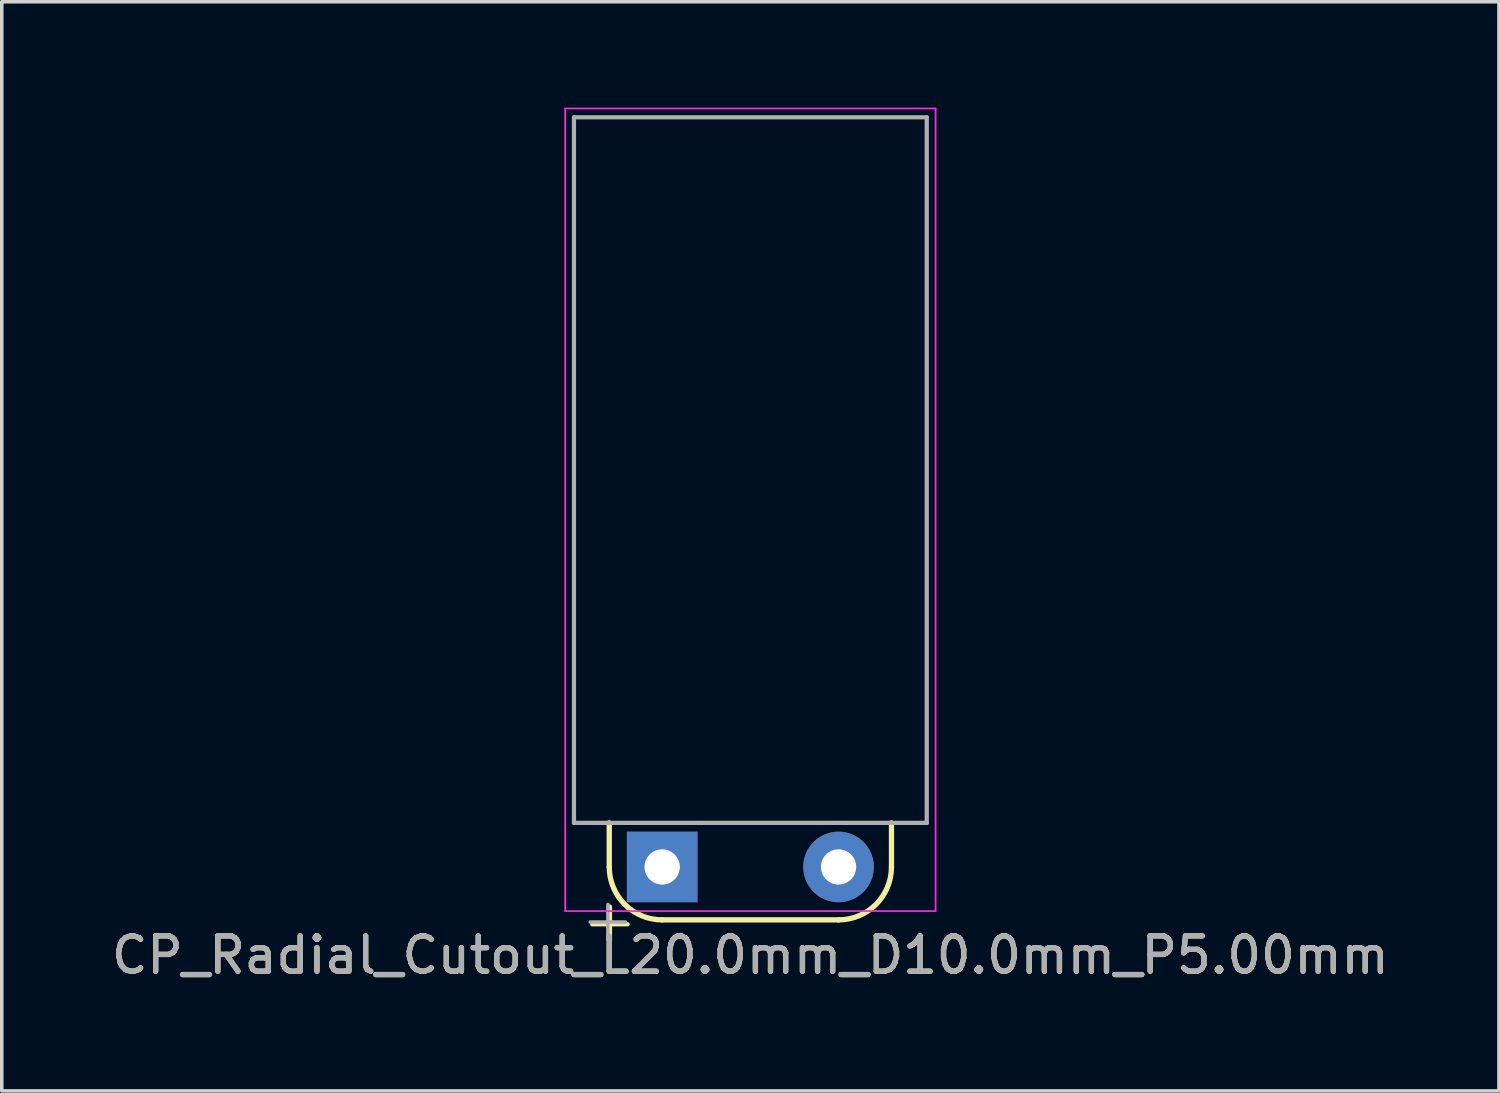
<source format=kicad_pcb>
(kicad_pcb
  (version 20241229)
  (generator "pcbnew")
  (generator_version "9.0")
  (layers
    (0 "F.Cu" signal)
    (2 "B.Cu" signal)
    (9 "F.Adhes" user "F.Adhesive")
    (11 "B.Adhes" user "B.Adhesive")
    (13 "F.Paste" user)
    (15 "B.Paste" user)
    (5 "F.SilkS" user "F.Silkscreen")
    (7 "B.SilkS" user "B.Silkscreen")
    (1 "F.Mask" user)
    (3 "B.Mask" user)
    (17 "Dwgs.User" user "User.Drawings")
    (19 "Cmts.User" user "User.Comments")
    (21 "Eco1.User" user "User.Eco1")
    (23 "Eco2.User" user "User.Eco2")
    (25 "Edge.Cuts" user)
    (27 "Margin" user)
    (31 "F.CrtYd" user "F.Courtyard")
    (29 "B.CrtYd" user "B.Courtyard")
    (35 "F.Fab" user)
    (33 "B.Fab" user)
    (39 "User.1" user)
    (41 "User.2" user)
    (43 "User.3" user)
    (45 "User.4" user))
  (footprint "CP_Radial_Cutout_L20.0mm_D10.0mm_P5.00mm"
    (layer "F.Cu")
    (at 15.72 21.525)
    (property "Reference" "CP_Radial_Cutout_L20.0mm_D10.0mm_P5.00mm" (at 2.5 2.5 0) (layer "F.SilkS") (effects (font (size 1 1) (thickness 0.15))))
    (attr through_hole)
    (fp_line (start -1.98 1.625) (end -0.98 1.625) (stroke (width 0.12) (type solid)) (layer "F.SilkS"))
    (fp_line (start -1.5 0) (end -1.5 -1.25) (stroke (width 0.15) (type solid)) (layer "F.SilkS"))
    (fp_line (start -1.48 1.125) (end -1.48 2.125) (stroke (width 0.12) (type solid)) (layer "F.SilkS"))
    (fp_line (start 0 1.5) (end 5 1.5) (stroke (width 0.15) (type solid)) (layer "F.SilkS"))
    (fp_line (start 6.5 0) (end 6.5 -1.25) (stroke (width 0.15) (type solid)) (layer "F.SilkS"))
    (fp_arc (start 0 1.5) (mid -1.06066 1.06066) (end -1.5 0) (stroke (width 0.15) (type solid)) (layer "F.SilkS"))
    (fp_arc (start 6.5 0) (mid 6.06066 1.06066) (end 5 1.5) (stroke (width 0.15) (type solid)) (layer "F.SilkS"))
    (fp_line (start -2.75 -21.5) (end -2.75 1.25) (stroke (width 0.05) (type solid)) (layer "F.CrtYd"))
    (fp_line (start 7.75 -21.5) (end -2.75 -21.5) (stroke (width 0.05) (type solid)) (layer "F.CrtYd"))
    (fp_line (start 7.75 1.25) (end -2.75 1.25) (stroke (width 0.05) (type solid)) (layer "F.CrtYd"))
    (fp_line (start 7.75 1.25) (end 7.75 -21.5) (stroke (width 0.05) (type solid)) (layer "F.CrtYd"))
    (fp_line (start -2.5 -21.25) (end -2.5 -1.25) (stroke (width 0.12) (type solid)) (layer "F.Fab"))
    (fp_line (start -2.5 -1.25) (end 7.5 -1.25) (stroke (width 0.12) (type solid)) (layer "F.Fab"))
    (fp_line (start -2.039 1.562) (end -1.039 1.562) (stroke (width 0.1) (type solid)) (layer "F.Fab"))
    (fp_line (start -1.539 1.062) (end -1.539 2.062) (stroke (width 0.1) (type solid)) (layer "F.Fab"))
    (fp_line (start 7.5 -21.25) (end -2.5 -21.25) (stroke (width 0.12) (type solid)) (layer "F.Fab"))
    (fp_line (start 7.5 -1.25) (end 7.5 -21.25) (stroke (width 0.12) (type solid)) (layer "F.Fab"))
    (fp_text user "${REFERENCE}" (at 2.5 2.5 0) (layer "F.Fab") (effects (font (size 1 1) (thickness 0.15))))
    (pad "1" thru_hole rect (at 0 0) (size 2 2) (drill 1) (layers "*.Cu" "*.Mask"))
    (pad "2" thru_hole circle (at 5 0) (size 2 2) (drill 1) (layers "*.Cu" "*.Mask")))
  (gr_rect
    (start -3 -3)
    (end 39.44 27.873)
    (stroke (width 0.1) (type default))
    (fill no)
    (layer "Edge.Cuts")))
</source>
